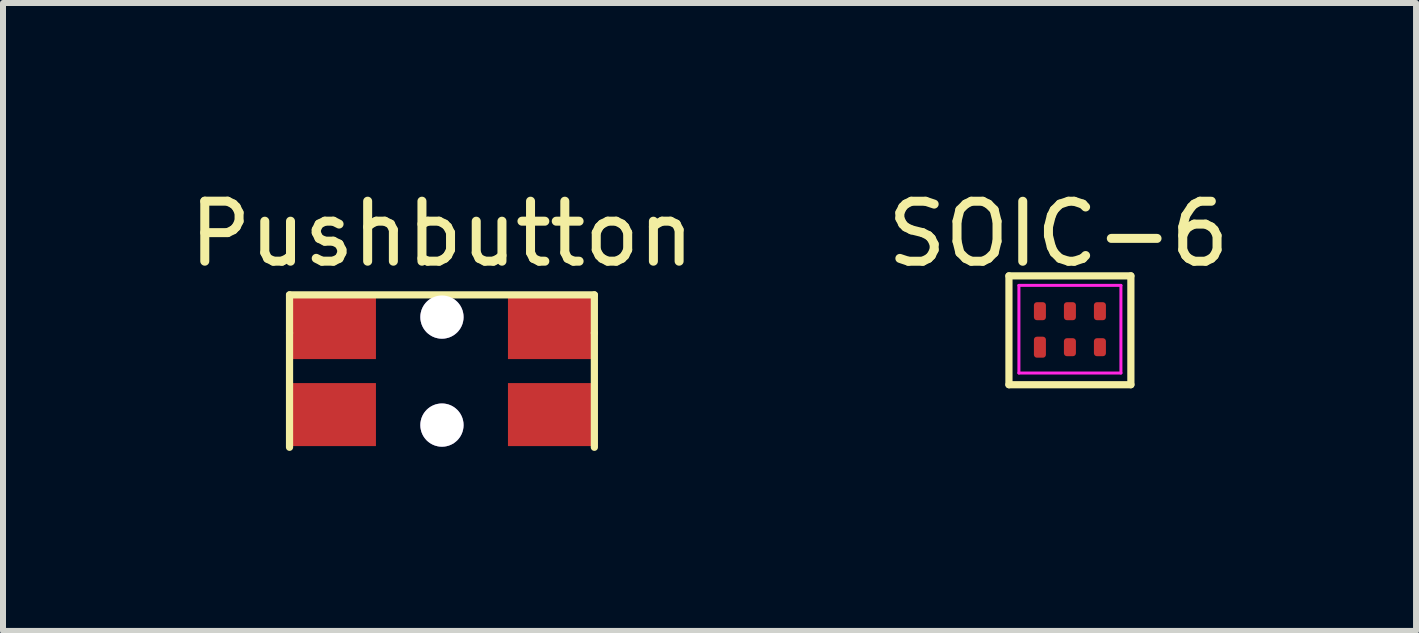
<source format=kicad_pcb>
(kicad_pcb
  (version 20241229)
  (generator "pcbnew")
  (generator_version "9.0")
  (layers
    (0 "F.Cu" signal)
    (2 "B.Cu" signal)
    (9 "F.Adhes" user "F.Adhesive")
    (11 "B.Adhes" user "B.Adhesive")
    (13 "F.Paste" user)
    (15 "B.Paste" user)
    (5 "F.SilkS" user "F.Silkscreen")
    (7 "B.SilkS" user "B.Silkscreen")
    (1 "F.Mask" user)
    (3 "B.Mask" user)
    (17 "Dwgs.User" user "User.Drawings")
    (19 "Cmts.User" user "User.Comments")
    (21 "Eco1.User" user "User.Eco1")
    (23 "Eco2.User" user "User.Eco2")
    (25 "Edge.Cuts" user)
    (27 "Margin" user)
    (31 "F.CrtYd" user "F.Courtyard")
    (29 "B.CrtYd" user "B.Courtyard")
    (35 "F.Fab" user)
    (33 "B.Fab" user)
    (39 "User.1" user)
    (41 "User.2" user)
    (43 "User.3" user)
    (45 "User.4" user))
  (footprint "SOIC-6"
    (layer "F.Cu")
    (at 14.78 2.436)
    (property "Reference" "SOIC-6" (at -0.191 -1.587 180) (layer "F.SilkS") (effects (font (size 1 1) (thickness 0.15))))
    (attr smd)
    (fp_line (start -1.016 -0.889) (end -1.016 0.925) (stroke (width 0.12) (type solid)) (layer "F.SilkS"))
    (fp_line (start -1.016 0.925) (end 1.016 0.925) (stroke (width 0.12) (type solid)) (layer "F.SilkS"))
    (fp_line (start 1.016 -0.889) (end -1.016 -0.889) (stroke (width 0.12) (type solid)) (layer "F.SilkS"))
    (fp_line (start 1.016 0.925) (end 1.016 -0.889) (stroke (width 0.12) (type solid)) (layer "F.SilkS"))
    (fp_line (start -0.85 -0.73) (end 0.85 -0.73) (stroke (width 0.05) (type solid)) (layer "F.CrtYd"))
    (fp_line (start -0.85 0.73) (end -0.85 -0.73) (stroke (width 0.05) (type solid)) (layer "F.CrtYd"))
    (fp_line (start 0.85 -0.73) (end 0.85 0.73) (stroke (width 0.05) (type solid)) (layer "F.CrtYd"))
    (fp_line (start 0.85 0.73) (end -0.85 0.73) (stroke (width 0.05) (type solid)) (layer "F.CrtYd"))
    (pad "1" smd roundrect (at -0.5 0.3) (size 0.2 0.35) (layers "F.Cu" "F.Mask" "F.Paste") (roundrect_rratio 0.25))
    (pad "2" smd roundrect (at 0 0.3) (size 0.2 0.3) (layers "F.Cu" "F.Mask" "F.Paste") (roundrect_rratio 0.25))
    (pad "3" smd roundrect (at 0.5 0.3) (size 0.2 0.3) (layers "F.Cu" "F.Mask" "F.Paste") (roundrect_rratio 0.25))
    (pad "4" smd roundrect (at 0.5 -0.3) (size 0.2 0.3) (layers "F.Cu" "F.Mask" "F.Paste") (roundrect_rratio 0.25))
    (pad "5" smd roundrect (at 0 -0.3) (size 0.2 0.3) (layers "F.Cu" "F.Mask" "F.Paste") (roundrect_rratio 0.25))
    (pad "6" smd roundrect (at -0.5 -0.3) (size 0.2 0.3) (layers "F.Cu" "F.Mask" "F.Paste") (roundrect_rratio 0.25)))
  (footprint "Pushbutton"
    (layer "F.Cu")
    (at 4.315 3.134)
    (property "Reference" "Pushbutton" (at 0 -2.286 0) (layer "F.SilkS") (effects (font (size 1 1) (thickness 0.15))))
    (attr through_hole)
    (fp_line (start -2.54 -1.27) (end 2.54 -1.27) (stroke (width 0.12) (type solid)) (layer "F.SilkS"))
    (fp_line (start -2.54 -0.635) (end -2.54 -1.27) (stroke (width 0.12) (type solid)) (layer "F.SilkS"))
    (fp_line (start -2.54 -0.635) (end -2.54 1.27) (stroke (width 0.12) (type solid)) (layer "F.SilkS"))
    (fp_line (start 2.54 -1.27) (end 2.54 -0.635) (stroke (width 0.12) (type solid)) (layer "F.SilkS"))
    (fp_line (start 2.54 -0.635) (end 2.54 1.27) (stroke (width 0.12) (type solid)) (layer "F.SilkS"))
    (pad "1" smd rect (at -1.8 -0.725) (size 1.4 1.05) (layers "F.Cu" "F.Mask" "F.Paste"))
    (pad "1" smd rect (at 1.8 -0.725) (size 1.4 1.05) (layers "F.Cu" "F.Mask" "F.Paste"))
    (pad "2" smd rect (at -1.8 0.725) (size 1.4 1.05) (layers "F.Cu" "F.Mask" "F.Paste"))
    (pad "2" smd rect (at 1.8 0.725) (size 1.4 1.05) (layers "F.Cu" "F.Mask" "F.Paste"))
    (pad "3" thru_hole circle (at 0 -0.9) (size 0.72 0.72) (drill 0.72) (layers "*.Cu" "*.Mask"))
    (pad "3" thru_hole circle (at 0 0.9) (size 0.72 0.72) (drill 0.72) (layers "*.Cu" "*.Mask")))
  (gr_rect
    (start -3 -3)
    (end 20.548 7.464)
    (stroke (width 0.1) (type default))
    (fill no)
    (layer "Edge.Cuts")))
</source>
